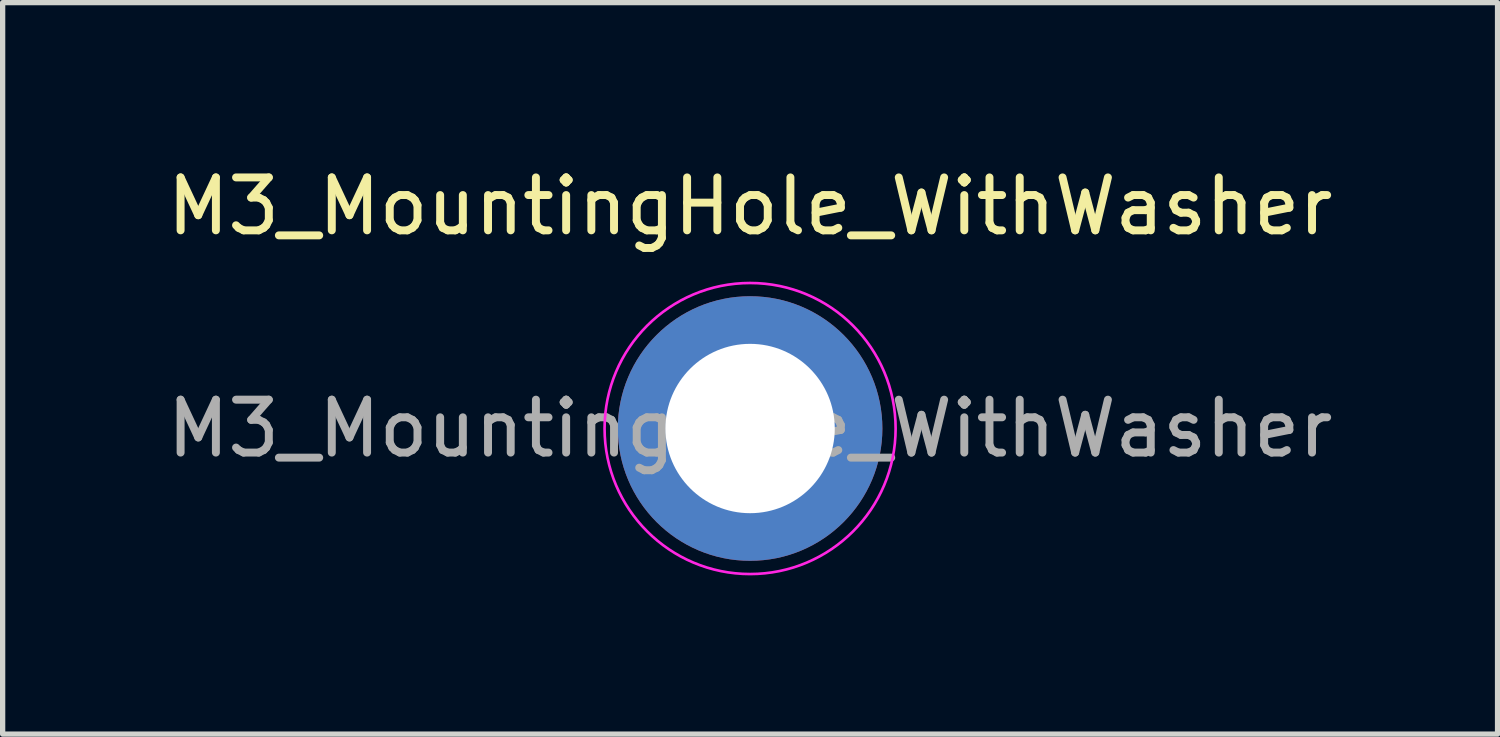
<source format=kicad_pcb>
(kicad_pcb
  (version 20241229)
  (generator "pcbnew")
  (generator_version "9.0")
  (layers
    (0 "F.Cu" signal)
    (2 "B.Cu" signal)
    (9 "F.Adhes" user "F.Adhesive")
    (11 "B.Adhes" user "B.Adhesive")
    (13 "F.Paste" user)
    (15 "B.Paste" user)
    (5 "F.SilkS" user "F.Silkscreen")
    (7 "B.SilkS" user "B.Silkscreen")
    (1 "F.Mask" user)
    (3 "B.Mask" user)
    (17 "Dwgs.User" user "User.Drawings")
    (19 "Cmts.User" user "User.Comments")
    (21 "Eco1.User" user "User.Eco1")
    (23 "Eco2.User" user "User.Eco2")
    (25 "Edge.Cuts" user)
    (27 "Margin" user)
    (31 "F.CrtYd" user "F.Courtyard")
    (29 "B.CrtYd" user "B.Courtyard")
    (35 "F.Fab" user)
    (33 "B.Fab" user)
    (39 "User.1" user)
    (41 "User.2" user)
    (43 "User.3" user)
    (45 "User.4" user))
  (footprint "M3_MountingHole_WithWasher"
    (layer "F.Cu")
    (at 11.125 5.048)
    (property "Reference" "M3_MountingHole_WithWasher" (at 0 -4.2 0) (layer "F.SilkS") (effects (font (size 1 1) (thickness 0.15))))
    (attr exclude_from_pos_files exclude_from_bom)
    (fp_circle (center 0 0) (end 2.75 0) (stroke (width 0.05) (type solid)) (fill no) (layer "F.CrtYd"))
    (fp_text user "${REFERENCE}" (at 0 0 0) (layer "F.Fab") (effects (font (size 1 1) (thickness 0.15))))
    (pad "1" thru_hole circle (at 0 0) (size 5 5) (drill 3.2) (layers "*.Cu" "*.Mask")))
  (gr_rect
    (start -3 -3)
    (end 25.25 10.823)
    (stroke (width 0.1) (type default))
    (fill no)
    (layer "Edge.Cuts")))
</source>
